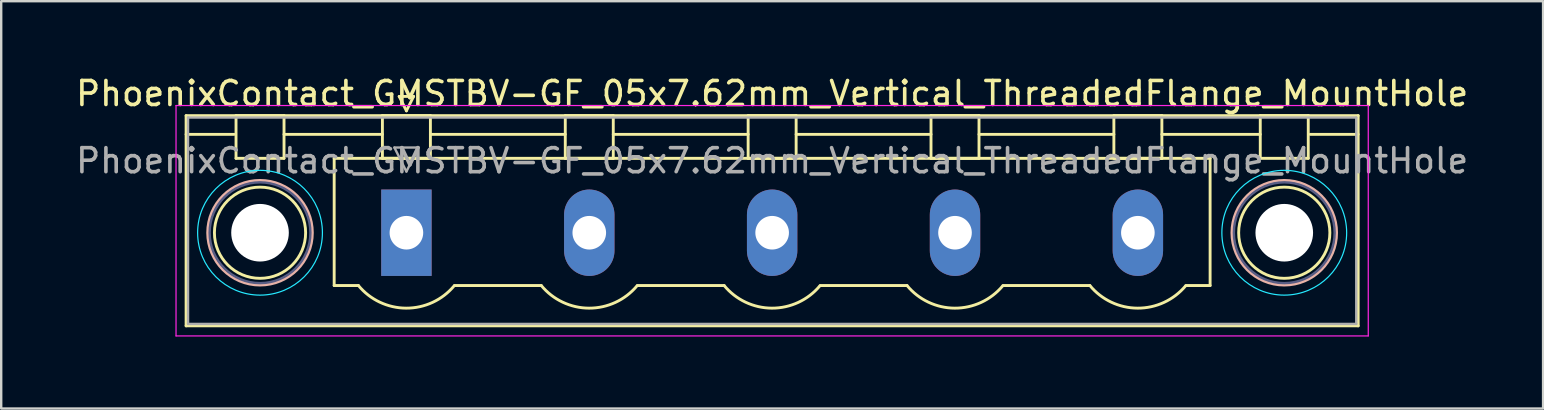
<source format=kicad_pcb>
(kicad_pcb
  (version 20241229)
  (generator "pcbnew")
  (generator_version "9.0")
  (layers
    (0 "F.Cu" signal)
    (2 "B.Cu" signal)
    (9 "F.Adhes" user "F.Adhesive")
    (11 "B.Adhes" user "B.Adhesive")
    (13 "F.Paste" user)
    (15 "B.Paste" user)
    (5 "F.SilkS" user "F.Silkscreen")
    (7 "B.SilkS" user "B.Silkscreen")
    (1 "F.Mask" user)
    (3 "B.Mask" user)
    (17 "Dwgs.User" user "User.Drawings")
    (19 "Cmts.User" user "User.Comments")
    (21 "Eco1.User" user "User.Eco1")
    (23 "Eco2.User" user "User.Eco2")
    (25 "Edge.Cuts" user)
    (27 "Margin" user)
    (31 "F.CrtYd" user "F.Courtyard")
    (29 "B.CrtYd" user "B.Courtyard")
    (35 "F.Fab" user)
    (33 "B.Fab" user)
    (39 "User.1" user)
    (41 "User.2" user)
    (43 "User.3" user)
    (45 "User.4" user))
  (footprint "PhoenixContact_GMSTBV-GF_05x7.62mm_Vertical_ThreadedFlange_MountHole"
    (layer "F.Cu")
    (at 13.885 6.648)
    (property "Reference" "PhoenixContact_GMSTBV-GF_05x7.62mm_Vertical_ThreadedFlange_MountHole" (at 15.24 -5.8 0) (layer "F.SilkS") (effects (font (size 1 1) (thickness 0.15))))
    (attr through_hole)
    (fp_line (start -9.18 -4.88) (end -9.18 3.88) (stroke (width 0.12) (type solid)) (layer "F.SilkS"))
    (fp_line (start -9.18 -4.1) (end -7.18 -4.1) (stroke (width 0.12) (type solid)) (layer "F.SilkS"))
    (fp_line (start -9.18 3.88) (end 39.66 3.88) (stroke (width 0.12) (type solid)) (layer "F.SilkS"))
    (fp_line (start -7.1 -4.88) (end -5.1 -4.88) (stroke (width 0.12) (type solid)) (layer "F.SilkS"))
    (fp_line (start -7.1 -3.1) (end -7.1 -4.88) (stroke (width 0.12) (type solid)) (layer "F.SilkS"))
    (fp_line (start -5.1 -4.88) (end -5.1 -3.1) (stroke (width 0.12) (type solid)) (layer "F.SilkS"))
    (fp_line (start -5.1 -4.1) (end -1 -4.1) (stroke (width 0.12) (type solid)) (layer "F.SilkS"))
    (fp_line (start -5.1 -3.1) (end -7.1 -3.1) (stroke (width 0.12) (type solid)) (layer "F.SilkS"))
    (fp_line (start -3.01 -3.1) (end 33.49 -3.1) (stroke (width 0.12) (type solid)) (layer "F.SilkS"))
    (fp_line (start -3.01 2.2) (end -3.01 -3.1) (stroke (width 0.12) (type solid)) (layer "F.SilkS"))
    (fp_line (start -2 2.2) (end -3.01 2.2) (stroke (width 0.12) (type solid)) (layer "F.SilkS"))
    (fp_line (start -1 -4.88) (end 1 -4.88) (stroke (width 0.12) (type solid)) (layer "F.SilkS"))
    (fp_line (start -1 -3.1) (end -1 -4.88) (stroke (width 0.12) (type solid)) (layer "F.SilkS"))
    (fp_line (start -0.3 -5.68) (end 0.3 -5.68) (stroke (width 0.12) (type solid)) (layer "F.SilkS"))
    (fp_line (start 0 -5.08) (end -0.3 -5.68) (stroke (width 0.12) (type solid)) (layer "F.SilkS"))
    (fp_line (start 0.3 -5.68) (end 0 -5.08) (stroke (width 0.12) (type solid)) (layer "F.SilkS"))
    (fp_line (start 1 -4.88) (end 1 -3.1) (stroke (width 0.12) (type solid)) (layer "F.SilkS"))
    (fp_line (start 1 -4.1) (end 6.62 -4.1) (stroke (width 0.12) (type solid)) (layer "F.SilkS"))
    (fp_line (start 1 -3.1) (end -1 -3.1) (stroke (width 0.12) (type solid)) (layer "F.SilkS"))
    (fp_line (start 2 2.2) (end 5.62 2.2) (stroke (width 0.12) (type solid)) (layer "F.SilkS"))
    (fp_line (start 6.62 -4.88) (end 8.62 -4.88) (stroke (width 0.12) (type solid)) (layer "F.SilkS"))
    (fp_line (start 6.62 -3.1) (end 6.62 -4.88) (stroke (width 0.12) (type solid)) (layer "F.SilkS"))
    (fp_line (start 8.62 -4.88) (end 8.62 -3.1) (stroke (width 0.12) (type solid)) (layer "F.SilkS"))
    (fp_line (start 8.62 -4.1) (end 14.24 -4.1) (stroke (width 0.12) (type solid)) (layer "F.SilkS"))
    (fp_line (start 8.62 -3.1) (end 6.62 -3.1) (stroke (width 0.12) (type solid)) (layer "F.SilkS"))
    (fp_line (start 9.62 2.2) (end 13.24 2.2) (stroke (width 0.12) (type solid)) (layer "F.SilkS"))
    (fp_line (start 14.24 -4.88) (end 16.24 -4.88) (stroke (width 0.12) (type solid)) (layer "F.SilkS"))
    (fp_line (start 14.24 -3.1) (end 14.24 -4.88) (stroke (width 0.12) (type solid)) (layer "F.SilkS"))
    (fp_line (start 16.24 -4.88) (end 16.24 -3.1) (stroke (width 0.12) (type solid)) (layer "F.SilkS"))
    (fp_line (start 16.24 -4.1) (end 21.86 -4.1) (stroke (width 0.12) (type solid)) (layer "F.SilkS"))
    (fp_line (start 16.24 -3.1) (end 14.24 -3.1) (stroke (width 0.12) (type solid)) (layer "F.SilkS"))
    (fp_line (start 17.24 2.2) (end 20.86 2.2) (stroke (width 0.12) (type solid)) (layer "F.SilkS"))
    (fp_line (start 21.86 -4.88) (end 23.86 -4.88) (stroke (width 0.12) (type solid)) (layer "F.SilkS"))
    (fp_line (start 21.86 -3.1) (end 21.86 -4.88) (stroke (width 0.12) (type solid)) (layer "F.SilkS"))
    (fp_line (start 23.86 -4.88) (end 23.86 -3.1) (stroke (width 0.12) (type solid)) (layer "F.SilkS"))
    (fp_line (start 23.86 -4.1) (end 29.48 -4.1) (stroke (width 0.12) (type solid)) (layer "F.SilkS"))
    (fp_line (start 23.86 -3.1) (end 21.86 -3.1) (stroke (width 0.12) (type solid)) (layer "F.SilkS"))
    (fp_line (start 24.86 2.2) (end 28.48 2.2) (stroke (width 0.12) (type solid)) (layer "F.SilkS"))
    (fp_line (start 29.48 -4.88) (end 31.48 -4.88) (stroke (width 0.12) (type solid)) (layer "F.SilkS"))
    (fp_line (start 29.48 -3.1) (end 29.48 -4.88) (stroke (width 0.12) (type solid)) (layer "F.SilkS"))
    (fp_line (start 31.48 -4.88) (end 31.48 -3.1) (stroke (width 0.12) (type solid)) (layer "F.SilkS"))
    (fp_line (start 31.48 -4.1) (end 35.58 -4.1) (stroke (width 0.12) (type solid)) (layer "F.SilkS"))
    (fp_line (start 31.48 -3.1) (end 29.48 -3.1) (stroke (width 0.12) (type solid)) (layer "F.SilkS"))
    (fp_line (start 33.49 -3.1) (end 33.49 2.2) (stroke (width 0.12) (type solid)) (layer "F.SilkS"))
    (fp_line (start 33.49 2.2) (end 32.48 2.2) (stroke (width 0.12) (type solid)) (layer "F.SilkS"))
    (fp_line (start 35.58 -4.88) (end 37.58 -4.88) (stroke (width 0.12) (type solid)) (layer "F.SilkS"))
    (fp_line (start 35.58 -3.1) (end 35.58 -4.88) (stroke (width 0.12) (type solid)) (layer "F.SilkS"))
    (fp_line (start 37.58 -4.88) (end 37.58 -3.1) (stroke (width 0.12) (type solid)) (layer "F.SilkS"))
    (fp_line (start 37.58 -3.1) (end 35.58 -3.1) (stroke (width 0.12) (type solid)) (layer "F.SilkS"))
    (fp_line (start 39.66 -4.88) (end -9.18 -4.88) (stroke (width 0.12) (type solid)) (layer "F.SilkS"))
    (fp_line (start 39.66 -4.1) (end 37.66 -4.1) (stroke (width 0.12) (type solid)) (layer "F.SilkS"))
    (fp_line (start 39.66 3.88) (end 39.66 -4.88) (stroke (width 0.12) (type solid)) (layer "F.SilkS"))
    (fp_arc (start 1.986842 2.215821) (mid -0.010289 3.142758) (end -2 2.2) (stroke (width 0.12) (type solid)) (layer "F.SilkS"))
    (fp_arc (start 9.606842 2.215821) (mid 7.609711 3.142758) (end 5.62 2.2) (stroke (width 0.12) (type solid)) (layer "F.SilkS"))
    (fp_arc (start 17.226842 2.215821) (mid 15.229711 3.142758) (end 13.24 2.2) (stroke (width 0.12) (type solid)) (layer "F.SilkS"))
    (fp_arc (start 24.846842 2.215821) (mid 22.849711 3.142758) (end 20.86 2.2) (stroke (width 0.12) (type solid)) (layer "F.SilkS"))
    (fp_arc (start 32.466842 2.215821) (mid 30.469711 3.142758) (end 28.48 2.2) (stroke (width 0.12) (type solid)) (layer "F.SilkS"))
    (fp_circle (center -6.1 0) (end -4.2 0) (stroke (width 0.12) (type solid)) (fill no) (layer "F.SilkS"))
    (fp_circle (center 36.58 0) (end 38.48 0) (stroke (width 0.12) (type solid)) (fill no) (layer "F.SilkS"))
    (fp_circle (center -6.1 0) (end -3.92 0) (stroke (width 0.12) (type solid)) (fill no) (layer "B.SilkS"))
    (fp_circle (center 36.58 0) (end 38.76 0) (stroke (width 0.12) (type solid)) (fill no) (layer "B.SilkS"))
    (fp_circle (center -6.1 0) (end -3.5 0) (stroke (width 0.05) (type solid)) (fill no) (layer "B.CrtYd"))
    (fp_circle (center 36.58 0) (end 39.18 0) (stroke (width 0.05) (type solid)) (fill no) (layer "B.CrtYd"))
    (fp_line (start -9.6 -5.3) (end -9.6 4.3) (stroke (width 0.05) (type solid)) (layer "F.CrtYd"))
    (fp_line (start -9.6 4.3) (end 40.08 4.3) (stroke (width 0.05) (type solid)) (layer "F.CrtYd"))
    (fp_line (start 40.08 -5.3) (end -9.6 -5.3) (stroke (width 0.05) (type solid)) (layer "F.CrtYd"))
    (fp_line (start 40.08 4.3) (end 40.08 -5.3) (stroke (width 0.05) (type solid)) (layer "F.CrtYd"))
    (fp_circle (center -6.1 0) (end -4 0) (stroke (width 0.1) (type solid)) (fill no) (layer "B.Fab"))
    (fp_circle (center 36.58 0) (end 38.68 0) (stroke (width 0.1) (type solid)) (fill no) (layer "B.Fab"))
    (fp_line (start -9.1 -4.8) (end -9.1 3.8) (stroke (width 0.1) (type solid)) (layer "F.Fab"))
    (fp_line (start -9.1 3.8) (end 39.58 3.8) (stroke (width 0.1) (type solid)) (layer "F.Fab"))
    (fp_line (start -0.5 -3.55) (end 0.5 -3.55) (stroke (width 0.1) (type solid)) (layer "F.Fab"))
    (fp_line (start 0 -2.55) (end -0.5 -3.55) (stroke (width 0.1) (type solid)) (layer "F.Fab"))
    (fp_line (start 0.5 -3.55) (end 0 -2.55) (stroke (width 0.1) (type solid)) (layer "F.Fab"))
    (fp_line (start 39.58 -4.8) (end -9.1 -4.8) (stroke (width 0.1) (type solid)) (layer "F.Fab"))
    (fp_line (start 39.58 3.8) (end 39.58 -4.8) (stroke (width 0.1) (type solid)) (layer "F.Fab"))
    (fp_text user "${REFERENCE}" (at 15.24 -3 0) (layer "F.Fab") (effects (font (size 1 1) (thickness 0.15))))
    (pad "" np_thru_hole circle (at -6.1 0) (size 2.4 2.4) (drill 2.4) (layers "*.Cu" "*.Mask"))
    (pad "" np_thru_hole circle (at 36.58 0) (size 2.4 2.4) (drill 2.4) (layers "*.Cu" "*.Mask"))
    (pad "1" thru_hole rect (at 0 0) (size 2.1 3.6) (drill 1.4) (layers "*.Cu" "*.Mask"))
    (pad "2" thru_hole oval (at 7.62 0) (size 2.1 3.6) (drill 1.4) (layers "*.Cu" "*.Mask"))
    (pad "3" thru_hole oval (at 15.24 0) (size 2.1 3.6) (drill 1.4) (layers "*.Cu" "*.Mask"))
    (pad "4" thru_hole oval (at 22.86 0) (size 2.1 3.6) (drill 1.4) (layers "*.Cu" "*.Mask"))
    (pad "5" thru_hole oval (at 30.48 0) (size 2.1 3.6) (drill 1.4) (layers "*.Cu" "*.Mask")))
  (gr_rect
    (start -3 -3)
    (end 61.25 13.973)
    (stroke (width 0.1) (type default))
    (fill no)
    (layer "Edge.Cuts")))
</source>
